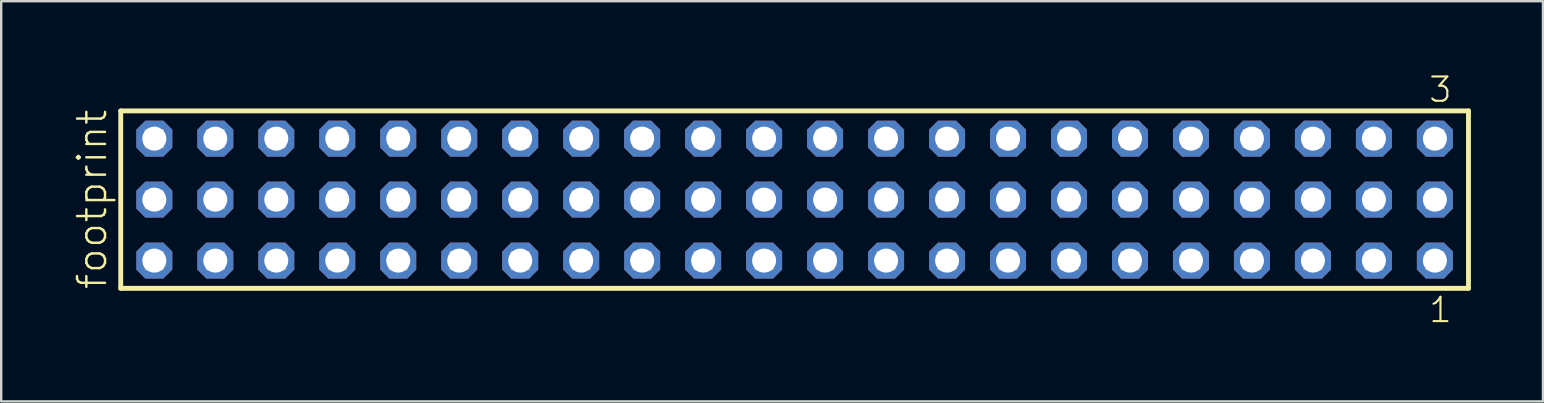
<source format=kicad_pcb>
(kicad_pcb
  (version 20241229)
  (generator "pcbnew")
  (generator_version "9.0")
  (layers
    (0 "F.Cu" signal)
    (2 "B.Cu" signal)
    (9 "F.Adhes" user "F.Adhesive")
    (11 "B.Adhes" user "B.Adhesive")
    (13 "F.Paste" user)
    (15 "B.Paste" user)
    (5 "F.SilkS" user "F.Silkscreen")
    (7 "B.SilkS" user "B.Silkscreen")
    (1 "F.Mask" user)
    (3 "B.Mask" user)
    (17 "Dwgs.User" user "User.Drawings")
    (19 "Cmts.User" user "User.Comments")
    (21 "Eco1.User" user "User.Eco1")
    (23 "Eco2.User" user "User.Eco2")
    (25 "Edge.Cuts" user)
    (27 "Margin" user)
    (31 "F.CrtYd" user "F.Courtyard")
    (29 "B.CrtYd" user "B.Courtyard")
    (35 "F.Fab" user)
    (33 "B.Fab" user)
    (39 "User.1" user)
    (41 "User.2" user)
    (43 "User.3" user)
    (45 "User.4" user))
  (footprint "footprint"
    (layer "F.Cu")
    (at 30.048 5.265)
    (property "Reference" "footprint" (at -28.575 3.81 90) (layer "F.SilkS") (effects (font (size 1.168 1.168) (thickness 0.102)) (justify left bottom)))
    (fp_line (start -28.069 -3.695) (end 28.069 -3.695) (stroke (width 0.203) (type solid)) (layer "F.SilkS"))
    (fp_line (start -28.069 3.695) (end -28.069 -3.695) (stroke (width 0.203) (type solid)) (layer "F.SilkS"))
    (fp_line (start 28.069 -3.695) (end 28.069 3.695) (stroke (width 0.203) (type solid)) (layer "F.SilkS"))
    (fp_line (start 28.069 3.695) (end -28.069 3.695) (stroke (width 0.203) (type solid)) (layer "F.SilkS"))
    (fp_poly (pts (xy -27.02 -2.19) (xy -26.32 -2.19) (xy -26.32 -2.89) (xy -27.02 -2.89)) (stroke (width 0.1) (type solid)) (fill no) (layer "F.Fab"))
    (fp_poly (pts (xy -27.02 0.35) (xy -26.32 0.35) (xy -26.32 -0.35) (xy -27.02 -0.35)) (stroke (width 0.1) (type solid)) (fill no) (layer "F.Fab"))
    (fp_poly (pts (xy -27.02 2.89) (xy -26.32 2.89) (xy -26.32 2.19) (xy -27.02 2.19)) (stroke (width 0.1) (type solid)) (fill no) (layer "F.Fab"))
    (fp_poly (pts (xy -24.48 -2.19) (xy -23.78 -2.19) (xy -23.78 -2.89) (xy -24.48 -2.89)) (stroke (width 0.1) (type solid)) (fill no) (layer "F.Fab"))
    (fp_poly (pts (xy -24.48 0.35) (xy -23.78 0.35) (xy -23.78 -0.35) (xy -24.48 -0.35)) (stroke (width 0.1) (type solid)) (fill no) (layer "F.Fab"))
    (fp_poly (pts (xy -24.48 2.89) (xy -23.78 2.89) (xy -23.78 2.19) (xy -24.48 2.19)) (stroke (width 0.1) (type solid)) (fill no) (layer "F.Fab"))
    (fp_poly (pts (xy -21.94 -2.19) (xy -21.24 -2.19) (xy -21.24 -2.89) (xy -21.94 -2.89)) (stroke (width 0.1) (type solid)) (fill no) (layer "F.Fab"))
    (fp_poly (pts (xy -21.94 0.35) (xy -21.24 0.35) (xy -21.24 -0.35) (xy -21.94 -0.35)) (stroke (width 0.1) (type solid)) (fill no) (layer "F.Fab"))
    (fp_poly (pts (xy -21.94 2.89) (xy -21.24 2.89) (xy -21.24 2.19) (xy -21.94 2.19)) (stroke (width 0.1) (type solid)) (fill no) (layer "F.Fab"))
    (fp_poly (pts (xy -19.4 -2.19) (xy -18.7 -2.19) (xy -18.7 -2.89) (xy -19.4 -2.89)) (stroke (width 0.1) (type solid)) (fill no) (layer "F.Fab"))
    (fp_poly (pts (xy -19.4 0.35) (xy -18.7 0.35) (xy -18.7 -0.35) (xy -19.4 -0.35)) (stroke (width 0.1) (type solid)) (fill no) (layer "F.Fab"))
    (fp_poly (pts (xy -19.4 2.89) (xy -18.7 2.89) (xy -18.7 2.19) (xy -19.4 2.19)) (stroke (width 0.1) (type solid)) (fill no) (layer "F.Fab"))
    (fp_poly (pts (xy -16.86 -2.19) (xy -16.16 -2.19) (xy -16.16 -2.89) (xy -16.86 -2.89)) (stroke (width 0.1) (type solid)) (fill no) (layer "F.Fab"))
    (fp_poly (pts (xy -16.86 0.35) (xy -16.16 0.35) (xy -16.16 -0.35) (xy -16.86 -0.35)) (stroke (width 0.1) (type solid)) (fill no) (layer "F.Fab"))
    (fp_poly (pts (xy -16.86 2.89) (xy -16.16 2.89) (xy -16.16 2.19) (xy -16.86 2.19)) (stroke (width 0.1) (type solid)) (fill no) (layer "F.Fab"))
    (fp_poly (pts (xy -14.32 -2.19) (xy -13.62 -2.19) (xy -13.62 -2.89) (xy -14.32 -2.89)) (stroke (width 0.1) (type solid)) (fill no) (layer "F.Fab"))
    (fp_poly (pts (xy -14.32 0.35) (xy -13.62 0.35) (xy -13.62 -0.35) (xy -14.32 -0.35)) (stroke (width 0.1) (type solid)) (fill no) (layer "F.Fab"))
    (fp_poly (pts (xy -14.32 2.89) (xy -13.62 2.89) (xy -13.62 2.19) (xy -14.32 2.19)) (stroke (width 0.1) (type solid)) (fill no) (layer "F.Fab"))
    (fp_poly (pts (xy -11.78 -2.19) (xy -11.08 -2.19) (xy -11.08 -2.89) (xy -11.78 -2.89)) (stroke (width 0.1) (type solid)) (fill no) (layer "F.Fab"))
    (fp_poly (pts (xy -11.78 0.35) (xy -11.08 0.35) (xy -11.08 -0.35) (xy -11.78 -0.35)) (stroke (width 0.1) (type solid)) (fill no) (layer "F.Fab"))
    (fp_poly (pts (xy -11.78 2.89) (xy -11.08 2.89) (xy -11.08 2.19) (xy -11.78 2.19)) (stroke (width 0.1) (type solid)) (fill no) (layer "F.Fab"))
    (fp_poly (pts (xy -9.24 -2.19) (xy -8.54 -2.19) (xy -8.54 -2.89) (xy -9.24 -2.89)) (stroke (width 0.1) (type solid)) (fill no) (layer "F.Fab"))
    (fp_poly (pts (xy -9.24 0.35) (xy -8.54 0.35) (xy -8.54 -0.35) (xy -9.24 -0.35)) (stroke (width 0.1) (type solid)) (fill no) (layer "F.Fab"))
    (fp_poly (pts (xy -9.24 2.89) (xy -8.54 2.89) (xy -8.54 2.19) (xy -9.24 2.19)) (stroke (width 0.1) (type solid)) (fill no) (layer "F.Fab"))
    (fp_poly (pts (xy -6.7 -2.19) (xy -6 -2.19) (xy -6 -2.89) (xy -6.7 -2.89)) (stroke (width 0.1) (type solid)) (fill no) (layer "F.Fab"))
    (fp_poly (pts (xy -6.7 0.35) (xy -6 0.35) (xy -6 -0.35) (xy -6.7 -0.35)) (stroke (width 0.1) (type solid)) (fill no) (layer "F.Fab"))
    (fp_poly (pts (xy -6.7 2.89) (xy -6 2.89) (xy -6 2.19) (xy -6.7 2.19)) (stroke (width 0.1) (type solid)) (fill no) (layer "F.Fab"))
    (fp_poly (pts (xy -4.16 -2.19) (xy -3.46 -2.19) (xy -3.46 -2.89) (xy -4.16 -2.89)) (stroke (width 0.1) (type solid)) (fill no) (layer "F.Fab"))
    (fp_poly (pts (xy -4.16 0.35) (xy -3.46 0.35) (xy -3.46 -0.35) (xy -4.16 -0.35)) (stroke (width 0.1) (type solid)) (fill no) (layer "F.Fab"))
    (fp_poly (pts (xy -4.16 2.89) (xy -3.46 2.89) (xy -3.46 2.19) (xy -4.16 2.19)) (stroke (width 0.1) (type solid)) (fill no) (layer "F.Fab"))
    (fp_poly (pts (xy -1.62 -2.19) (xy -0.92 -2.19) (xy -0.92 -2.89) (xy -1.62 -2.89)) (stroke (width 0.1) (type solid)) (fill no) (layer "F.Fab"))
    (fp_poly (pts (xy -1.62 0.35) (xy -0.92 0.35) (xy -0.92 -0.35) (xy -1.62 -0.35)) (stroke (width 0.1) (type solid)) (fill no) (layer "F.Fab"))
    (fp_poly (pts (xy -1.62 2.89) (xy -0.92 2.89) (xy -0.92 2.19) (xy -1.62 2.19)) (stroke (width 0.1) (type solid)) (fill no) (layer "F.Fab"))
    (fp_poly (pts (xy 0.92 -2.19) (xy 1.62 -2.19) (xy 1.62 -2.89) (xy 0.92 -2.89)) (stroke (width 0.1) (type solid)) (fill no) (layer "F.Fab"))
    (fp_poly (pts (xy 0.92 0.35) (xy 1.62 0.35) (xy 1.62 -0.35) (xy 0.92 -0.35)) (stroke (width 0.1) (type solid)) (fill no) (layer "F.Fab"))
    (fp_poly (pts (xy 0.92 2.89) (xy 1.62 2.89) (xy 1.62 2.19) (xy 0.92 2.19)) (stroke (width 0.1) (type solid)) (fill no) (layer "F.Fab"))
    (fp_poly (pts (xy 3.46 -2.19) (xy 4.16 -2.19) (xy 4.16 -2.89) (xy 3.46 -2.89)) (stroke (width 0.1) (type solid)) (fill no) (layer "F.Fab"))
    (fp_poly (pts (xy 3.46 0.35) (xy 4.16 0.35) (xy 4.16 -0.35) (xy 3.46 -0.35)) (stroke (width 0.1) (type solid)) (fill no) (layer "F.Fab"))
    (fp_poly (pts (xy 3.46 2.89) (xy 4.16 2.89) (xy 4.16 2.19) (xy 3.46 2.19)) (stroke (width 0.1) (type solid)) (fill no) (layer "F.Fab"))
    (fp_poly (pts (xy 6 -2.19) (xy 6.7 -2.19) (xy 6.7 -2.89) (xy 6 -2.89)) (stroke (width 0.1) (type solid)) (fill no) (layer "F.Fab"))
    (fp_poly (pts (xy 6 0.35) (xy 6.7 0.35) (xy 6.7 -0.35) (xy 6 -0.35)) (stroke (width 0.1) (type solid)) (fill no) (layer "F.Fab"))
    (fp_poly (pts (xy 6 2.89) (xy 6.7 2.89) (xy 6.7 2.19) (xy 6 2.19)) (stroke (width 0.1) (type solid)) (fill no) (layer "F.Fab"))
    (fp_poly (pts (xy 8.54 -2.19) (xy 9.24 -2.19) (xy 9.24 -2.89) (xy 8.54 -2.89)) (stroke (width 0.1) (type solid)) (fill no) (layer "F.Fab"))
    (fp_poly (pts (xy 8.54 0.35) (xy 9.24 0.35) (xy 9.24 -0.35) (xy 8.54 -0.35)) (stroke (width 0.1) (type solid)) (fill no) (layer "F.Fab"))
    (fp_poly (pts (xy 8.54 2.89) (xy 9.24 2.89) (xy 9.24 2.19) (xy 8.54 2.19)) (stroke (width 0.1) (type solid)) (fill no) (layer "F.Fab"))
    (fp_poly (pts (xy 11.08 -2.19) (xy 11.78 -2.19) (xy 11.78 -2.89) (xy 11.08 -2.89)) (stroke (width 0.1) (type solid)) (fill no) (layer "F.Fab"))
    (fp_poly (pts (xy 11.08 0.35) (xy 11.78 0.35) (xy 11.78 -0.35) (xy 11.08 -0.35)) (stroke (width 0.1) (type solid)) (fill no) (layer "F.Fab"))
    (fp_poly (pts (xy 11.08 2.89) (xy 11.78 2.89) (xy 11.78 2.19) (xy 11.08 2.19)) (stroke (width 0.1) (type solid)) (fill no) (layer "F.Fab"))
    (fp_poly (pts (xy 13.62 -2.19) (xy 14.32 -2.19) (xy 14.32 -2.89) (xy 13.62 -2.89)) (stroke (width 0.1) (type solid)) (fill no) (layer "F.Fab"))
    (fp_poly (pts (xy 13.62 0.35) (xy 14.32 0.35) (xy 14.32 -0.35) (xy 13.62 -0.35)) (stroke (width 0.1) (type solid)) (fill no) (layer "F.Fab"))
    (fp_poly (pts (xy 13.62 2.89) (xy 14.32 2.89) (xy 14.32 2.19) (xy 13.62 2.19)) (stroke (width 0.1) (type solid)) (fill no) (layer "F.Fab"))
    (fp_poly (pts (xy 16.16 -2.19) (xy 16.86 -2.19) (xy 16.86 -2.89) (xy 16.16 -2.89)) (stroke (width 0.1) (type solid)) (fill no) (layer "F.Fab"))
    (fp_poly (pts (xy 16.16 0.35) (xy 16.86 0.35) (xy 16.86 -0.35) (xy 16.16 -0.35)) (stroke (width 0.1) (type solid)) (fill no) (layer "F.Fab"))
    (fp_poly (pts (xy 16.16 2.89) (xy 16.86 2.89) (xy 16.86 2.19) (xy 16.16 2.19)) (stroke (width 0.1) (type solid)) (fill no) (layer "F.Fab"))
    (fp_poly (pts (xy 18.7 -2.19) (xy 19.4 -2.19) (xy 19.4 -2.89) (xy 18.7 -2.89)) (stroke (width 0.1) (type solid)) (fill no) (layer "F.Fab"))
    (fp_poly (pts (xy 18.7 0.35) (xy 19.4 0.35) (xy 19.4 -0.35) (xy 18.7 -0.35)) (stroke (width 0.1) (type solid)) (fill no) (layer "F.Fab"))
    (fp_poly (pts (xy 18.7 2.89) (xy 19.4 2.89) (xy 19.4 2.19) (xy 18.7 2.19)) (stroke (width 0.1) (type solid)) (fill no) (layer "F.Fab"))
    (fp_poly (pts (xy 21.24 -2.19) (xy 21.94 -2.19) (xy 21.94 -2.89) (xy 21.24 -2.89)) (stroke (width 0.1) (type solid)) (fill no) (layer "F.Fab"))
    (fp_poly (pts (xy 21.24 0.35) (xy 21.94 0.35) (xy 21.94 -0.35) (xy 21.24 -0.35)) (stroke (width 0.1) (type solid)) (fill no) (layer "F.Fab"))
    (fp_poly (pts (xy 21.24 2.89) (xy 21.94 2.89) (xy 21.94 2.19) (xy 21.24 2.19)) (stroke (width 0.1) (type solid)) (fill no) (layer "F.Fab"))
    (fp_poly (pts (xy 23.78 -2.19) (xy 24.48 -2.19) (xy 24.48 -2.89) (xy 23.78 -2.89)) (stroke (width 0.1) (type solid)) (fill no) (layer "F.Fab"))
    (fp_poly (pts (xy 23.78 0.35) (xy 24.48 0.35) (xy 24.48 -0.35) (xy 23.78 -0.35)) (stroke (width 0.1) (type solid)) (fill no) (layer "F.Fab"))
    (fp_poly (pts (xy 23.78 2.89) (xy 24.48 2.89) (xy 24.48 2.19) (xy 23.78 2.19)) (stroke (width 0.1) (type solid)) (fill no) (layer "F.Fab"))
    (fp_poly (pts (xy 26.32 -2.19) (xy 27.02 -2.19) (xy 27.02 -2.89) (xy 26.32 -2.89)) (stroke (width 0.1) (type solid)) (fill no) (layer "F.Fab"))
    (fp_poly (pts (xy 26.32 0.35) (xy 27.02 0.35) (xy 27.02 -0.35) (xy 26.32 -0.35)) (stroke (width 0.1) (type solid)) (fill no) (layer "F.Fab"))
    (fp_poly (pts (xy 26.32 2.89) (xy 27.02 2.89) (xy 27.02 2.19) (xy 26.32 2.19)) (stroke (width 0.1) (type solid)) (fill no) (layer "F.Fab"))
    (fp_text user "3" (at 26.358 -3.989 0) (layer "F.SilkS") (effects (font (size 1.012 1.012) (thickness 0.088)) (justify left bottom)))
    (fp_text user "1" (at 26.362 5.188 0) (layer "F.SilkS") (effects (font (size 1.012 1.012) (thickness 0.088)) (justify left bottom)))
    (pad "1" thru_hole roundrect (at 26.67 2.54 180) (size 1.5 1.5) (drill 1) (layers "*.Cu" "*.Mask") (roundrect_rratio 0.25) (chamfer_ratio 0.25) (chamfer top_left top_right bottom_left bottom_right))
    (pad "2" thru_hole roundrect (at 26.67 0 180) (size 1.5 1.5) (drill 1) (layers "*.Cu" "*.Mask") (roundrect_rratio 0.25) (chamfer_ratio 0.25) (chamfer top_left top_right bottom_left bottom_right))
    (pad "3" thru_hole roundrect (at 26.67 -2.54 180) (size 1.5 1.5) (drill 1) (layers "*.Cu" "*.Mask") (roundrect_rratio 0.25) (chamfer_ratio 0.25) (chamfer top_left top_right bottom_left bottom_right))
    (pad "4" thru_hole roundrect (at 24.13 2.54 180) (size 1.5 1.5) (drill 1) (layers "*.Cu" "*.Mask") (roundrect_rratio 0.25) (chamfer_ratio 0.25) (chamfer top_left top_right bottom_left bottom_right))
    (pad "5" thru_hole roundrect (at 24.13 0 180) (size 1.5 1.5) (drill 1) (layers "*.Cu" "*.Mask") (roundrect_rratio 0.25) (chamfer_ratio 0.25) (chamfer top_left top_right bottom_left bottom_right))
    (pad "6" thru_hole roundrect (at 24.13 -2.54 180) (size 1.5 1.5) (drill 1) (layers "*.Cu" "*.Mask") (roundrect_rratio 0.25) (chamfer_ratio 0.25) (chamfer top_left top_right bottom_left bottom_right))
    (pad "7" thru_hole roundrect (at 21.59 2.54 180) (size 1.5 1.5) (drill 1) (layers "*.Cu" "*.Mask") (roundrect_rratio 0.25) (chamfer_ratio 0.25) (chamfer top_left top_right bottom_left bottom_right))
    (pad "8" thru_hole roundrect (at 21.59 0 180) (size 1.5 1.5) (drill 1) (layers "*.Cu" "*.Mask") (roundrect_rratio 0.25) (chamfer_ratio 0.25) (chamfer top_left top_right bottom_left bottom_right))
    (pad "9" thru_hole roundrect (at 21.59 -2.54 180) (size 1.5 1.5) (drill 1) (layers "*.Cu" "*.Mask") (roundrect_rratio 0.25) (chamfer_ratio 0.25) (chamfer top_left top_right bottom_left bottom_right))
    (pad "10" thru_hole roundrect (at 19.05 2.54 180) (size 1.5 1.5) (drill 1) (layers "*.Cu" "*.Mask") (roundrect_rratio 0.25) (chamfer_ratio 0.25) (chamfer top_left top_right bottom_left bottom_right))
    (pad "11" thru_hole roundrect (at 19.05 0 180) (size 1.5 1.5) (drill 1) (layers "*.Cu" "*.Mask") (roundrect_rratio 0.25) (chamfer_ratio 0.25) (chamfer top_left top_right bottom_left bottom_right))
    (pad "12" thru_hole roundrect (at 19.05 -2.54 180) (size 1.5 1.5) (drill 1) (layers "*.Cu" "*.Mask") (roundrect_rratio 0.25) (chamfer_ratio 0.25) (chamfer top_left top_right bottom_left bottom_right))
    (pad "13" thru_hole roundrect (at 16.51 2.54 180) (size 1.5 1.5) (drill 1) (layers "*.Cu" "*.Mask") (roundrect_rratio 0.25) (chamfer_ratio 0.25) (chamfer top_left top_right bottom_left bottom_right))
    (pad "14" thru_hole roundrect (at 16.51 0 180) (size 1.5 1.5) (drill 1) (layers "*.Cu" "*.Mask") (roundrect_rratio 0.25) (chamfer_ratio 0.25) (chamfer top_left top_right bottom_left bottom_right))
    (pad "15" thru_hole roundrect (at 16.51 -2.54 180) (size 1.5 1.5) (drill 1) (layers "*.Cu" "*.Mask") (roundrect_rratio 0.25) (chamfer_ratio 0.25) (chamfer top_left top_right bottom_left bottom_right))
    (pad "16" thru_hole roundrect (at 13.97 2.54 180) (size 1.5 1.5) (drill 1) (layers "*.Cu" "*.Mask") (roundrect_rratio 0.25) (chamfer_ratio 0.25) (chamfer top_left top_right bottom_left bottom_right))
    (pad "17" thru_hole roundrect (at 13.97 0 180) (size 1.5 1.5) (drill 1) (layers "*.Cu" "*.Mask") (roundrect_rratio 0.25) (chamfer_ratio 0.25) (chamfer top_left top_right bottom_left bottom_right))
    (pad "18" thru_hole roundrect (at 13.97 -2.54 180) (size 1.5 1.5) (drill 1) (layers "*.Cu" "*.Mask") (roundrect_rratio 0.25) (chamfer_ratio 0.25) (chamfer top_left top_right bottom_left bottom_right))
    (pad "19" thru_hole roundrect (at 11.43 2.54 180) (size 1.5 1.5) (drill 1) (layers "*.Cu" "*.Mask") (roundrect_rratio 0.25) (chamfer_ratio 0.25) (chamfer top_left top_right bottom_left bottom_right))
    (pad "20" thru_hole roundrect (at 11.43 0 180) (size 1.5 1.5) (drill 1) (layers "*.Cu" "*.Mask") (roundrect_rratio 0.25) (chamfer_ratio 0.25) (chamfer top_left top_right bottom_left bottom_right))
    (pad "21" thru_hole roundrect (at 11.43 -2.54 180) (size 1.5 1.5) (drill 1) (layers "*.Cu" "*.Mask") (roundrect_rratio 0.25) (chamfer_ratio 0.25) (chamfer top_left top_right bottom_left bottom_right))
    (pad "22" thru_hole roundrect (at 8.89 2.54 180) (size 1.5 1.5) (drill 1) (layers "*.Cu" "*.Mask") (roundrect_rratio 0.25) (chamfer_ratio 0.25) (chamfer top_left top_right bottom_left bottom_right))
    (pad "23" thru_hole roundrect (at 8.89 0 180) (size 1.5 1.5) (drill 1) (layers "*.Cu" "*.Mask") (roundrect_rratio 0.25) (chamfer_ratio 0.25) (chamfer top_left top_right bottom_left bottom_right))
    (pad "24" thru_hole roundrect (at 8.89 -2.54 180) (size 1.5 1.5) (drill 1) (layers "*.Cu" "*.Mask") (roundrect_rratio 0.25) (chamfer_ratio 0.25) (chamfer top_left top_right bottom_left bottom_right))
    (pad "25" thru_hole roundrect (at 6.35 2.54 180) (size 1.5 1.5) (drill 1) (layers "*.Cu" "*.Mask") (roundrect_rratio 0.25) (chamfer_ratio 0.25) (chamfer top_left top_right bottom_left bottom_right))
    (pad "26" thru_hole roundrect (at 6.35 0 180) (size 1.5 1.5) (drill 1) (layers "*.Cu" "*.Mask") (roundrect_rratio 0.25) (chamfer_ratio 0.25) (chamfer top_left top_right bottom_left bottom_right))
    (pad "27" thru_hole roundrect (at 6.35 -2.54 180) (size 1.5 1.5) (drill 1) (layers "*.Cu" "*.Mask") (roundrect_rratio 0.25) (chamfer_ratio 0.25) (chamfer top_left top_right bottom_left bottom_right))
    (pad "28" thru_hole roundrect (at 3.81 2.54 180) (size 1.5 1.5) (drill 1) (layers "*.Cu" "*.Mask") (roundrect_rratio 0.25) (chamfer_ratio 0.25) (chamfer top_left top_right bottom_left bottom_right))
    (pad "29" thru_hole roundrect (at 3.81 0 180) (size 1.5 1.5) (drill 1) (layers "*.Cu" "*.Mask") (roundrect_rratio 0.25) (chamfer_ratio 0.25) (chamfer top_left top_right bottom_left bottom_right))
    (pad "30" thru_hole roundrect (at 3.81 -2.54 180) (size 1.5 1.5) (drill 1) (layers "*.Cu" "*.Mask") (roundrect_rratio 0.25) (chamfer_ratio 0.25) (chamfer top_left top_right bottom_left bottom_right))
    (pad "31" thru_hole roundrect (at 1.27 2.54 180) (size 1.5 1.5) (drill 1) (layers "*.Cu" "*.Mask") (roundrect_rratio 0.25) (chamfer_ratio 0.25) (chamfer top_left top_right bottom_left bottom_right))
    (pad "32" thru_hole roundrect (at 1.27 0 180) (size 1.5 1.5) (drill 1) (layers "*.Cu" "*.Mask") (roundrect_rratio 0.25) (chamfer_ratio 0.25) (chamfer top_left top_right bottom_left bottom_right))
    (pad "33" thru_hole roundrect (at 1.27 -2.54 180) (size 1.5 1.5) (drill 1) (layers "*.Cu" "*.Mask") (roundrect_rratio 0.25) (chamfer_ratio 0.25) (chamfer top_left top_right bottom_left bottom_right))
    (pad "34" thru_hole roundrect (at -1.27 2.54 180) (size 1.5 1.5) (drill 1) (layers "*.Cu" "*.Mask") (roundrect_rratio 0.25) (chamfer_ratio 0.25) (chamfer top_left top_right bottom_left bottom_right))
    (pad "35" thru_hole roundrect (at -1.27 0 180) (size 1.5 1.5) (drill 1) (layers "*.Cu" "*.Mask") (roundrect_rratio 0.25) (chamfer_ratio 0.25) (chamfer top_left top_right bottom_left bottom_right))
    (pad "36" thru_hole roundrect (at -1.27 -2.54 180) (size 1.5 1.5) (drill 1) (layers "*.Cu" "*.Mask") (roundrect_rratio 0.25) (chamfer_ratio 0.25) (chamfer top_left top_right bottom_left bottom_right))
    (pad "37" thru_hole roundrect (at -3.81 2.54 180) (size 1.5 1.5) (drill 1) (layers "*.Cu" "*.Mask") (roundrect_rratio 0.25) (chamfer_ratio 0.25) (chamfer top_left top_right bottom_left bottom_right))
    (pad "38" thru_hole roundrect (at -3.81 0 180) (size 1.5 1.5) (drill 1) (layers "*.Cu" "*.Mask") (roundrect_rratio 0.25) (chamfer_ratio 0.25) (chamfer top_left top_right bottom_left bottom_right))
    (pad "39" thru_hole roundrect (at -3.81 -2.54 180) (size 1.5 1.5) (drill 1) (layers "*.Cu" "*.Mask") (roundrect_rratio 0.25) (chamfer_ratio 0.25) (chamfer top_left top_right bottom_left bottom_right))
    (pad "40" thru_hole roundrect (at -6.35 2.54 180) (size 1.5 1.5) (drill 1) (layers "*.Cu" "*.Mask") (roundrect_rratio 0.25) (chamfer_ratio 0.25) (chamfer top_left top_right bottom_left bottom_right))
    (pad "41" thru_hole roundrect (at -6.35 0 180) (size 1.5 1.5) (drill 1) (layers "*.Cu" "*.Mask") (roundrect_rratio 0.25) (chamfer_ratio 0.25) (chamfer top_left top_right bottom_left bottom_right))
    (pad "42" thru_hole roundrect (at -6.35 -2.54 180) (size 1.5 1.5) (drill 1) (layers "*.Cu" "*.Mask") (roundrect_rratio 0.25) (chamfer_ratio 0.25) (chamfer top_left top_right bottom_left bottom_right))
    (pad "43" thru_hole roundrect (at -8.89 2.54 180) (size 1.5 1.5) (drill 1) (layers "*.Cu" "*.Mask") (roundrect_rratio 0.25) (chamfer_ratio 0.25) (chamfer top_left top_right bottom_left bottom_right))
    (pad "44" thru_hole roundrect (at -8.89 0 180) (size 1.5 1.5) (drill 1) (layers "*.Cu" "*.Mask") (roundrect_rratio 0.25) (chamfer_ratio 0.25) (chamfer top_left top_right bottom_left bottom_right))
    (pad "45" thru_hole roundrect (at -8.89 -2.54 180) (size 1.5 1.5) (drill 1) (layers "*.Cu" "*.Mask") (roundrect_rratio 0.25) (chamfer_ratio 0.25) (chamfer top_left top_right bottom_left bottom_right))
    (pad "46" thru_hole roundrect (at -11.43 2.54 180) (size 1.5 1.5) (drill 1) (layers "*.Cu" "*.Mask") (roundrect_rratio 0.25) (chamfer_ratio 0.25) (chamfer top_left top_right bottom_left bottom_right))
    (pad "47" thru_hole roundrect (at -11.43 0 180) (size 1.5 1.5) (drill 1) (layers "*.Cu" "*.Mask") (roundrect_rratio 0.25) (chamfer_ratio 0.25) (chamfer top_left top_right bottom_left bottom_right))
    (pad "48" thru_hole roundrect (at -11.43 -2.54 180) (size 1.5 1.5) (drill 1) (layers "*.Cu" "*.Mask") (roundrect_rratio 0.25) (chamfer_ratio 0.25) (chamfer top_left top_right bottom_left bottom_right))
    (pad "49" thru_hole roundrect (at -13.97 2.54 180) (size 1.5 1.5) (drill 1) (layers "*.Cu" "*.Mask") (roundrect_rratio 0.25) (chamfer_ratio 0.25) (chamfer top_left top_right bottom_left bottom_right))
    (pad "50" thru_hole roundrect (at -13.97 0 180) (size 1.5 1.5) (drill 1) (layers "*.Cu" "*.Mask") (roundrect_rratio 0.25) (chamfer_ratio 0.25) (chamfer top_left top_right bottom_left bottom_right))
    (pad "51" thru_hole roundrect (at -13.97 -2.54 180) (size 1.5 1.5) (drill 1) (layers "*.Cu" "*.Mask") (roundrect_rratio 0.25) (chamfer_ratio 0.25) (chamfer top_left top_right bottom_left bottom_right))
    (pad "52" thru_hole roundrect (at -16.51 2.54 180) (size 1.5 1.5) (drill 1) (layers "*.Cu" "*.Mask") (roundrect_rratio 0.25) (chamfer_ratio 0.25) (chamfer top_left top_right bottom_left bottom_right))
    (pad "53" thru_hole roundrect (at -16.51 0 180) (size 1.5 1.5) (drill 1) (layers "*.Cu" "*.Mask") (roundrect_rratio 0.25) (chamfer_ratio 0.25) (chamfer top_left top_right bottom_left bottom_right))
    (pad "54" thru_hole roundrect (at -16.51 -2.54 180) (size 1.5 1.5) (drill 1) (layers "*.Cu" "*.Mask") (roundrect_rratio 0.25) (chamfer_ratio 0.25) (chamfer top_left top_right bottom_left bottom_right))
    (pad "55" thru_hole roundrect (at -19.05 2.54 180) (size 1.5 1.5) (drill 1) (layers "*.Cu" "*.Mask") (roundrect_rratio 0.25) (chamfer_ratio 0.25) (chamfer top_left top_right bottom_left bottom_right))
    (pad "56" thru_hole roundrect (at -19.05 0 180) (size 1.5 1.5) (drill 1) (layers "*.Cu" "*.Mask") (roundrect_rratio 0.25) (chamfer_ratio 0.25) (chamfer top_left top_right bottom_left bottom_right))
    (pad "57" thru_hole roundrect (at -19.05 -2.54 180) (size 1.5 1.5) (drill 1) (layers "*.Cu" "*.Mask") (roundrect_rratio 0.25) (chamfer_ratio 0.25) (chamfer top_left top_right bottom_left bottom_right))
    (pad "58" thru_hole roundrect (at -21.59 2.54 180) (size 1.5 1.5) (drill 1) (layers "*.Cu" "*.Mask") (roundrect_rratio 0.25) (chamfer_ratio 0.25) (chamfer top_left top_right bottom_left bottom_right))
    (pad "59" thru_hole roundrect (at -21.59 0 180) (size 1.5 1.5) (drill 1) (layers "*.Cu" "*.Mask") (roundrect_rratio 0.25) (chamfer_ratio 0.25) (chamfer top_left top_right bottom_left bottom_right))
    (pad "60" thru_hole roundrect (at -21.59 -2.54 180) (size 1.5 1.5) (drill 1) (layers "*.Cu" "*.Mask") (roundrect_rratio 0.25) (chamfer_ratio 0.25) (chamfer top_left top_right bottom_left bottom_right))
    (pad "61" thru_hole roundrect (at -24.13 2.54 180) (size 1.5 1.5) (drill 1) (layers "*.Cu" "*.Mask") (roundrect_rratio 0.25) (chamfer_ratio 0.25) (chamfer top_left top_right bottom_left bottom_right))
    (pad "62" thru_hole roundrect (at -24.13 0 180) (size 1.5 1.5) (drill 1) (layers "*.Cu" "*.Mask") (roundrect_rratio 0.25) (chamfer_ratio 0.25) (chamfer top_left top_right bottom_left bottom_right))
    (pad "63" thru_hole roundrect (at -24.13 -2.54 180) (size 1.5 1.5) (drill 1) (layers "*.Cu" "*.Mask") (roundrect_rratio 0.25) (chamfer_ratio 0.25) (chamfer top_left top_right bottom_left bottom_right))
    (pad "64" thru_hole roundrect (at -26.67 2.54 180) (size 1.5 1.5) (drill 1) (layers "*.Cu" "*.Mask") (roundrect_rratio 0.25) (chamfer_ratio 0.25) (chamfer top_left top_right bottom_left bottom_right))
    (pad "65" thru_hole roundrect (at -26.67 0 180) (size 1.5 1.5) (drill 1) (layers "*.Cu" "*.Mask") (roundrect_rratio 0.25) (chamfer_ratio 0.25) (chamfer top_left top_right bottom_left bottom_right))
    (pad "66" thru_hole roundrect (at -26.67 -2.54 180) (size 1.5 1.5) (drill 1) (layers "*.Cu" "*.Mask") (roundrect_rratio 0.25) (chamfer_ratio 0.25) (chamfer top_left top_right bottom_left bottom_right)))
  (gr_rect
    (start -3 -3)
    (end 61.219 13.67)
    (stroke (width 0.1) (type default))
    (fill no)
    (layer "Edge.Cuts")))
</source>
